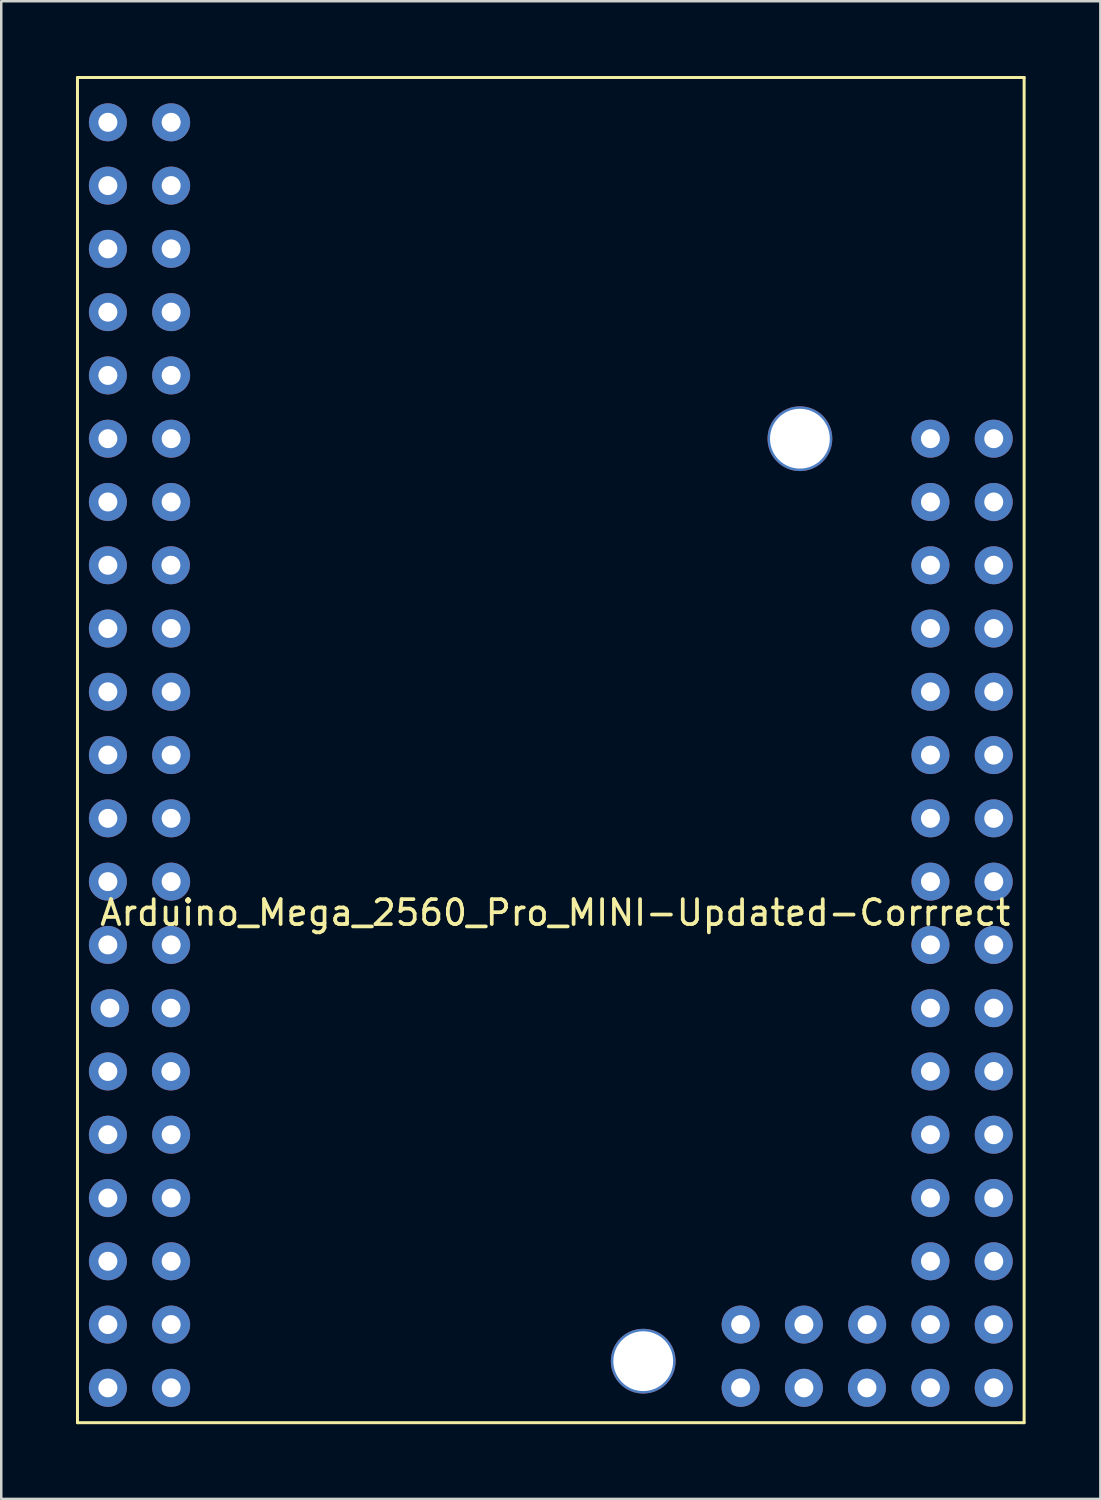
<source format=kicad_pcb>
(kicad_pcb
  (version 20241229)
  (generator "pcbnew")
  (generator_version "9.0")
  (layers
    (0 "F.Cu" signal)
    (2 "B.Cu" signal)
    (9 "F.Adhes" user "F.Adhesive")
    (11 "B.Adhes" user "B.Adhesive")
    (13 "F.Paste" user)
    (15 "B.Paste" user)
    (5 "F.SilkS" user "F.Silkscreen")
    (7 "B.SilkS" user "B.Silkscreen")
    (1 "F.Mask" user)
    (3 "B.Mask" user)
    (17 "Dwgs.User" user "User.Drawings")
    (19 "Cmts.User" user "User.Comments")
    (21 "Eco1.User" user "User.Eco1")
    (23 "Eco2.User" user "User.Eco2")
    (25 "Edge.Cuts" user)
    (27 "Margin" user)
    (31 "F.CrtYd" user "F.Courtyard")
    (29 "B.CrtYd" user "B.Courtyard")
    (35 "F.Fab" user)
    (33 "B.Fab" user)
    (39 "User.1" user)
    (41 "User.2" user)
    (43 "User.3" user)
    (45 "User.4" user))
  (footprint "Arduino_Mega_2560_Pro_MINI-Updated-Corrrect"
    (layer "F.Cu")
    (at 19.06 27.06)
    (property "Reference" "Arduino_Mega_2560_Pro_MINI-Updated-Corrrect" (at 0.178 6.528 180) (layer "F.SilkS") (effects (font (size 1 1) (thickness 0.15))))
    (attr through_hole)
    (fp_line (start -19 -27) (end 19 -27) (stroke (width 0.12) (type solid)) (layer "F.SilkS"))
    (fp_line (start -19 27) (end -19 -27) (stroke (width 0.12) (type solid)) (layer "F.SilkS"))
    (fp_line (start 19 -27) (end 19 27) (stroke (width 0.12) (type solid)) (layer "F.SilkS"))
    (fp_line (start 19 27) (end -19 27) (stroke (width 0.12) (type solid)) (layer "F.SilkS"))
    (pad "0" thru_hole circle (at -15.24 -12.5) (size 1.524 1.524) (drill 0.762) (layers "*.Cu" "*.Mask"))
    (pad "1" thru_hole circle (at -17.78 -12.5) (size 1.524 1.524) (drill 0.762) (layers "*.Cu" "*.Mask"))
    (pad "2" thru_hole circle (at -15.24 -9.96) (size 1.524 1.524) (drill 0.762) (layers "*.Cu" "*.Mask"))
    (pad "3" thru_hole circle (at -17.78 -9.96) (size 1.524 1.524) (drill 0.762) (layers "*.Cu" "*.Mask"))
    (pad "4" thru_hole circle (at -15.25 -7.42) (size 1.524 1.524) (drill 0.762) (layers "*.Cu" "*.Mask"))
    (pad "5" thru_hole circle (at -17.78 -7.42) (size 1.524 1.524) (drill 0.762) (layers "*.Cu" "*.Mask"))
    (pad "6" thru_hole circle (at -15.24 -4.88) (size 1.524 1.524) (drill 0.762) (layers "*.Cu" "*.Mask"))
    (pad "7" thru_hole circle (at -17.78 -4.88) (size 1.524 1.524) (drill 0.762) (layers "*.Cu" "*.Mask"))
    (pad "8" thru_hole circle (at -15.24 -2.34) (size 1.524 1.524) (drill 0.762) (layers "*.Cu" "*.Mask"))
    (pad "9" thru_hole circle (at -17.78 -2.34) (size 1.524 1.524) (drill 0.762) (layers "*.Cu" "*.Mask"))
    (pad "10" thru_hole circle (at -15.24 0.2) (size 1.524 1.524) (drill 0.762) (layers "*.Cu" "*.Mask"))
    (pad "11" thru_hole circle (at -17.78 0.2) (size 1.524 1.524) (drill 0.762) (layers "*.Cu" "*.Mask"))
    (pad "12" thru_hole circle (at -15.24 2.74) (size 1.524 1.524) (drill 0.762) (layers "*.Cu" "*.Mask"))
    (pad "13" thru_hole circle (at -17.78 2.74) (size 1.524 1.524) (drill 0.762) (layers "*.Cu" "*.Mask"))
    (pad "14" thru_hole circle (at -15.24 5.28) (size 1.524 1.524) (drill 0.762) (layers "*.Cu" "*.Mask"))
    (pad "15" thru_hole circle (at -17.78 5.28) (size 1.524 1.524) (drill 0.762) (layers "*.Cu" "*.Mask"))
    (pad "16" thru_hole circle (at -15.24 7.82) (size 1.524 1.524) (drill 0.762) (layers "*.Cu" "*.Mask"))
    (pad "17" thru_hole circle (at -17.78 7.82) (size 1.524 1.524) (drill 0.762) (layers "*.Cu" "*.Mask"))
    (pad "18" thru_hole circle (at -15.25 10.36) (size 1.524 1.524) (drill 0.762) (layers "*.Cu" "*.Mask"))
    (pad "19" thru_hole circle (at -17.7 10.36) (size 1.524 1.524) (drill 0.762) (layers "*.Cu" "*.Mask"))
    (pad "20" thru_hole circle (at -15.25 12.9) (size 1.524 1.524) (drill 0.762) (layers "*.Cu" "*.Mask"))
    (pad "21" thru_hole circle (at -17.78 12.9) (size 1.524 1.524) (drill 0.762) (layers "*.Cu" "*.Mask"))
    (pad "22" thru_hole circle (at -15.24 15.44) (size 1.524 1.524) (drill 0.762) (layers "*.Cu" "*.Mask"))
    (pad "23" thru_hole circle (at -17.78 15.44) (size 1.524 1.524) (drill 0.762) (layers "*.Cu" "*.Mask"))
    (pad "24" thru_hole circle (at -15.24 17.98) (size 1.524 1.524) (drill 0.762) (layers "*.Cu" "*.Mask"))
    (pad "25" thru_hole circle (at -17.78 17.98) (size 1.524 1.524) (drill 0.762) (layers "*.Cu" "*.Mask"))
    (pad "26" thru_hole circle (at -15.24 20.52) (size 1.524 1.524) (drill 0.762) (layers "*.Cu" "*.Mask"))
    (pad "27" thru_hole circle (at -17.78 20.52) (size 1.524 1.524) (drill 0.762) (layers "*.Cu" "*.Mask"))
    (pad "28" thru_hole circle (at -15.24 23.06) (size 1.524 1.524) (drill 0.762) (layers "*.Cu" "*.Mask"))
    (pad "29" thru_hole circle (at -17.78 23.06) (size 1.524 1.524) (drill 0.762) (layers "*.Cu" "*.Mask"))
    (pad "30" thru_hole circle (at -15.24 25.6) (size 1.524 1.524) (drill 0.762) (layers "*.Cu" "*.Mask"))
    (pad "31" thru_hole circle (at -17.78 25.6) (size 1.524 1.524) (drill 0.762) (layers "*.Cu" "*.Mask"))
    (pad "32" thru_hole circle (at 17.78 7.82) (size 1.524 1.524) (drill 0.762) (layers "*.Cu" "*.Mask"))
    (pad "33" thru_hole circle (at 15.24 7.82) (size 1.524 1.524) (drill 0.762) (layers "*.Cu" "*.Mask"))
    (pad "34" thru_hole circle (at 17.78 10.36) (size 1.524 1.524) (drill 0.762) (layers "*.Cu" "*.Mask"))
    (pad "35" thru_hole circle (at 15.24 10.36) (size 1.524 1.524) (drill 0.762) (layers "*.Cu" "*.Mask"))
    (pad "36" thru_hole circle (at 17.78 12.9) (size 1.524 1.524) (drill 0.762) (layers "*.Cu" "*.Mask"))
    (pad "37" thru_hole circle (at 15.24 12.9) (size 1.524 1.524) (drill 0.762) (layers "*.Cu" "*.Mask"))
    (pad "38" thru_hole circle (at 17.78 15.44) (size 1.524 1.524) (drill 0.762) (layers "*.Cu" "*.Mask"))
    (pad "39" thru_hole circle (at 15.24 15.44) (size 1.524 1.524) (drill 0.762) (layers "*.Cu" "*.Mask"))
    (pad "40" thru_hole circle (at 17.78 17.98) (size 1.524 1.524) (drill 0.762) (layers "*.Cu" "*.Mask"))
    (pad "41" thru_hole circle (at 15.24 17.98) (size 1.524 1.524) (drill 0.762) (layers "*.Cu" "*.Mask"))
    (pad "42" thru_hole circle (at 17.78 20.52) (size 1.524 1.524) (drill 0.762) (layers "*.Cu" "*.Mask"))
    (pad "43" thru_hole circle (at 15.24 20.52) (size 1.524 1.524) (drill 0.762) (layers "*.Cu" "*.Mask"))
    (pad "44" thru_hole circle (at 17.78 23.06) (size 1.524 1.524) (drill 0.762) (layers "*.Cu" "*.Mask"))
    (pad "45" thru_hole circle (at 15.24 23.06) (size 1.524 1.524) (drill 0.762) (layers "*.Cu" "*.Mask"))
    (pad "46" thru_hole circle (at 17.78 25.6) (size 1.524 1.524) (drill 0.762) (layers "*.Cu" "*.Mask"))
    (pad "47" thru_hole circle (at 15.24 25.6) (size 1.524 1.524) (drill 0.762) (layers "*.Cu" "*.Mask"))
    (pad "48" thru_hole circle (at 12.69 25.6) (size 1.524 1.524) (drill 0.762) (layers "*.Cu" "*.Mask"))
    (pad "49" thru_hole circle (at 12.7 23.06) (size 1.524 1.524) (drill 0.762) (layers "*.Cu" "*.Mask"))
    (pad "50" thru_hole circle (at 10.16 25.6) (size 1.524 1.524) (drill 0.762) (layers "*.Cu" "*.Mask"))
    (pad "51" thru_hole circle (at 10.16 23.06) (size 1.524 1.524) (drill 0.762) (layers "*.Cu" "*.Mask"))
    (pad "52" thru_hole circle (at 7.62 25.6) (size 1.524 1.524) (drill 0.762) (layers "*.Cu" "*.Mask"))
    (pad "53" thru_hole circle (at 7.62 23.06) (size 1.524 1.524) (drill 0.762) (layers "*.Cu" "*.Mask"))
    (pad "62" thru_hole circle (at -17.78 -22.66) (size 1.524 1.524) (drill 0.762) (layers "*.Cu" "*.Mask"))
    (pad "63" thru_hole circle (at -15.24 -22.66) (size 1.524 1.524) (drill 0.762) (layers "*.Cu" "*.Mask"))
    (pad "70" thru_hole circle (at -15.24 -25.2) (size 1.524 1.524) (drill 0.762) (layers "*.Cu" "*.Mask"))
    (pad "71" thru_hole circle (at -17.78 -25.2) (size 1.524 1.524) (drill 0.762) (layers "*.Cu" "*.Mask"))
    (pad "72" thru_hole circle (at -15.24 -20.12) (size 1.524 1.524) (drill 0.762) (layers "*.Cu" "*.Mask"))
    (pad "73" thru_hole circle (at -17.78 -20.12) (size 1.524 1.524) (drill 0.762) (layers "*.Cu" "*.Mask"))
    (pad "74" thru_hole circle (at -17.78 -17.58) (size 1.524 1.524) (drill 0.762) (layers "*.Cu" "*.Mask"))
    (pad "75" thru_hole circle (at -15.24 -17.58) (size 1.524 1.524) (drill 0.762) (layers "*.Cu" "*.Mask"))
    (pad "98" thru_hole circle (at 3.71 24.53) (size 2.6 2.6) (drill 2.4) (layers "*.Cu" "*.Mask"))
    (pad "99" thru_hole circle (at 10 -12.5) (size 2.6 2.6) (drill 2.4) (layers "*.Cu" "*.Mask"))
    (pad "104" thru_hole circle (at -15.24 -15.04) (size 1.524 1.524) (drill 0.762) (layers "*.Cu" "*.Mask"))
    (pad "105" thru_hole circle (at -17.78 -15.04) (size 1.524 1.524) (drill 0.762) (layers "*.Cu" "*.Mask"))
    (pad "200" thru_hole circle (at 17.78 -12.5) (size 1.524 1.524) (drill 0.762) (layers "*.Cu" "*.Mask"))
    (pad "201" thru_hole circle (at 15.24 -12.5) (size 1.524 1.524) (drill 0.762) (layers "*.Cu" "*.Mask"))
    (pad "202" thru_hole circle (at 17.78 -9.96) (size 1.524 1.524) (drill 0.762) (layers "*.Cu" "*.Mask"))
    (pad "203" thru_hole circle (at 15.24 -9.96) (size 1.524 1.524) (drill 0.762) (layers "*.Cu" "*.Mask"))
    (pad "204" thru_hole circle (at 17.78 -7.42) (size 1.524 1.524) (drill 0.762) (layers "*.Cu" "*.Mask"))
    (pad "205" thru_hole circle (at 15.24 -7.42) (size 1.524 1.524) (drill 0.762) (layers "*.Cu" "*.Mask"))
    (pad "206" thru_hole circle (at 17.78 -4.88) (size 1.524 1.524) (drill 0.762) (layers "*.Cu" "*.Mask"))
    (pad "207" thru_hole circle (at 15.24 -4.88) (size 1.524 1.524) (drill 0.762) (layers "*.Cu" "*.Mask"))
    (pad "208" thru_hole circle (at 17.78 -2.34) (size 1.524 1.524) (drill 0.762) (layers "*.Cu" "*.Mask"))
    (pad "209" thru_hole circle (at 15.24 -2.34) (size 1.524 1.524) (drill 0.762) (layers "*.Cu" "*.Mask"))
    (pad "210" thru_hole circle (at 17.78 0.2) (size 1.524 1.524) (drill 0.762) (layers "*.Cu" "*.Mask"))
    (pad "211" thru_hole circle (at 15.24 0.2) (size 1.524 1.524) (drill 0.762) (layers "*.Cu" "*.Mask"))
    (pad "212" thru_hole circle (at 17.78 2.74) (size 1.524 1.524) (drill 0.762) (layers "*.Cu" "*.Mask"))
    (pad "213" thru_hole circle (at 15.24 2.74) (size 1.524 1.524) (drill 0.762) (layers "*.Cu" "*.Mask"))
    (pad "214" thru_hole circle (at 17.78 5.28) (size 1.524 1.524) (drill 0.762) (layers "*.Cu" "*.Mask"))
    (pad "215" thru_hole circle (at 15.24 5.28) (size 1.524 1.524) (drill 0.762) (layers "*.Cu" "*.Mask")))
  (gr_rect
    (start -3 -3)
    (end 41.12 57.12)
    (stroke (width 0.1) (type default))
    (fill no)
    (layer "Edge.Cuts")))
</source>
